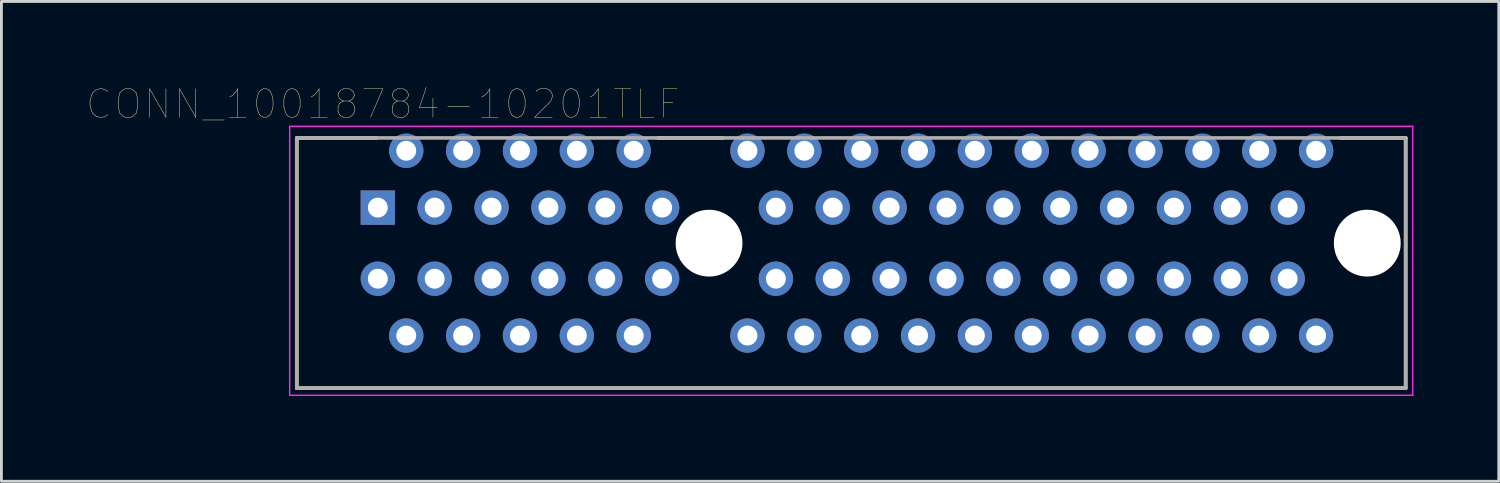
<source format=kicad_pcb>
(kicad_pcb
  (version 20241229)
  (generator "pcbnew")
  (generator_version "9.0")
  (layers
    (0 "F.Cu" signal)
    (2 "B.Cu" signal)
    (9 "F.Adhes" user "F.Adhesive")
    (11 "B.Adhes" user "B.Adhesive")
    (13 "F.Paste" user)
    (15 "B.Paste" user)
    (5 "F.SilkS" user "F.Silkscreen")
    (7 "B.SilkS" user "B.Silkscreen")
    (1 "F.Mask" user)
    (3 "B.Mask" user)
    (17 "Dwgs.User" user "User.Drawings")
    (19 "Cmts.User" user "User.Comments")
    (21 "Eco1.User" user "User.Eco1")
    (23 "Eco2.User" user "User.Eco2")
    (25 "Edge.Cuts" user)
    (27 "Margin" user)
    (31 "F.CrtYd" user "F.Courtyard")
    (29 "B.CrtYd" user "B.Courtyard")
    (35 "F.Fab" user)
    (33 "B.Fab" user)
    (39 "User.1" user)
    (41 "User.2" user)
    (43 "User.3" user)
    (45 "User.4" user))
  (footprint "CONN_10018784-10201TLF"
    (layer "F.Cu")
    (at 10.238 4.252)
    (property "Reference" "CONN_10018784-10201TLF" (at 0.175 -3.64 0) (layer "F.SilkS") (effects (font (size 1.001 1.001) (thickness 0.015))))
    (attr through_hole)
    (fp_line (start -2.85 -2.45) (end -2.85 6.35) (stroke (width 0.127) (type solid)) (layer "F.SilkS"))
    (fp_line (start -2.85 6.35) (end 36.15 6.35) (stroke (width 0.127) (type solid)) (layer "F.SilkS"))
    (fp_line (start -0.05 -2.45) (end -2.85 -2.45) (stroke (width 0.127) (type solid)) (layer "F.SilkS"))
    (fp_line (start 12.15 -2.45) (end 9.85 -2.45) (stroke (width 0.127) (type solid)) (layer "F.SilkS"))
    (fp_line (start 36.15 -2.45) (end 33.85 -2.45) (stroke (width 0.127) (type solid)) (layer "F.SilkS"))
    (fp_line (start 36.15 6.35) (end 36.15 -2.45) (stroke (width 0.127) (type solid)) (layer "F.SilkS"))
    (fp_line (start -3.1 -2.86) (end 36.4 -2.86) (stroke (width 0.05) (type solid)) (layer "F.CrtYd"))
    (fp_line (start -3.1 6.6) (end -3.1 -2.86) (stroke (width 0.05) (type solid)) (layer "F.CrtYd"))
    (fp_line (start 36.4 -2.86) (end 36.4 6.6) (stroke (width 0.05) (type solid)) (layer "F.CrtYd"))
    (fp_line (start 36.4 6.6) (end -3.1 6.6) (stroke (width 0.05) (type solid)) (layer "F.CrtYd"))
    (fp_line (start -2.85 -2.45) (end -2.85 6.35) (stroke (width 0.127) (type solid)) (layer "F.Fab"))
    (fp_line (start -2.85 6.35) (end 36.15 6.35) (stroke (width 0.127) (type solid)) (layer "F.Fab"))
    (fp_line (start 36.15 -2.45) (end -2.85 -2.45) (stroke (width 0.127) (type solid)) (layer "F.Fab"))
    (fp_line (start 36.15 6.35) (end 36.15 -2.45) (stroke (width 0.127) (type solid)) (layer "F.Fab"))
    (pad "" np_thru_hole circle (at 11.65 1.25) (size 2.35 2.35) (drill 2.35) (layers "*.Cu" "*.Mask"))
    (pad "" np_thru_hole circle (at 34.8 1.25) (size 2.35 2.35) (drill 2.35) (layers "*.Cu" "*.Mask"))
    (pad "A1" thru_hole rect (at 0 0) (size 1.208 1.208) (drill 0.7) (layers "*.Cu" "*.Mask"))
    (pad "A2" thru_hole circle (at 1 -2) (size 1.208 1.208) (drill 0.7) (layers "*.Cu" "*.Mask"))
    (pad "A3" thru_hole circle (at 2 0) (size 1.208 1.208) (drill 0.7) (layers "*.Cu" "*.Mask"))
    (pad "A4" thru_hole circle (at 3 -2) (size 1.208 1.208) (drill 0.7) (layers "*.Cu" "*.Mask"))
    (pad "A5" thru_hole circle (at 4 0) (size 1.208 1.208) (drill 0.7) (layers "*.Cu" "*.Mask"))
    (pad "A6" thru_hole circle (at 5 -2) (size 1.208 1.208) (drill 0.7) (layers "*.Cu" "*.Mask"))
    (pad "A7" thru_hole circle (at 6 0) (size 1.208 1.208) (drill 0.7) (layers "*.Cu" "*.Mask"))
    (pad "A8" thru_hole circle (at 7 -2) (size 1.208 1.208) (drill 0.7) (layers "*.Cu" "*.Mask"))
    (pad "A9" thru_hole circle (at 8 0) (size 1.208 1.208) (drill 0.7) (layers "*.Cu" "*.Mask"))
    (pad "A10" thru_hole circle (at 9 -2) (size 1.208 1.208) (drill 0.7) (layers "*.Cu" "*.Mask"))
    (pad "A11" thru_hole circle (at 10 0) (size 1.208 1.208) (drill 0.7) (layers "*.Cu" "*.Mask"))
    (pad "A12" thru_hole circle (at 13 -2) (size 1.208 1.208) (drill 0.7) (layers "*.Cu" "*.Mask"))
    (pad "A13" thru_hole circle (at 14 0) (size 1.208 1.208) (drill 0.7) (layers "*.Cu" "*.Mask"))
    (pad "A14" thru_hole circle (at 15 -2) (size 1.208 1.208) (drill 0.7) (layers "*.Cu" "*.Mask"))
    (pad "A15" thru_hole circle (at 16 0) (size 1.208 1.208) (drill 0.7) (layers "*.Cu" "*.Mask"))
    (pad "A16" thru_hole circle (at 17 -2) (size 1.208 1.208) (drill 0.7) (layers "*.Cu" "*.Mask"))
    (pad "A17" thru_hole circle (at 18 0) (size 1.208 1.208) (drill 0.7) (layers "*.Cu" "*.Mask"))
    (pad "A18" thru_hole circle (at 19 -2) (size 1.208 1.208) (drill 0.7) (layers "*.Cu" "*.Mask"))
    (pad "A19" thru_hole circle (at 20 0) (size 1.208 1.208) (drill 0.7) (layers "*.Cu" "*.Mask"))
    (pad "A20" thru_hole circle (at 21 -2) (size 1.208 1.208) (drill 0.7) (layers "*.Cu" "*.Mask"))
    (pad "A21" thru_hole circle (at 22 0) (size 1.208 1.208) (drill 0.7) (layers "*.Cu" "*.Mask"))
    (pad "A22" thru_hole circle (at 23 -2) (size 1.208 1.208) (drill 0.7) (layers "*.Cu" "*.Mask"))
    (pad "A23" thru_hole circle (at 24 0) (size 1.208 1.208) (drill 0.7) (layers "*.Cu" "*.Mask"))
    (pad "A24" thru_hole circle (at 25 -2) (size 1.208 1.208) (drill 0.7) (layers "*.Cu" "*.Mask"))
    (pad "A25" thru_hole circle (at 26 0) (size 1.208 1.208) (drill 0.7) (layers "*.Cu" "*.Mask"))
    (pad "A26" thru_hole circle (at 27 -2) (size 1.208 1.208) (drill 0.7) (layers "*.Cu" "*.Mask"))
    (pad "A27" thru_hole circle (at 28 0) (size 1.208 1.208) (drill 0.7) (layers "*.Cu" "*.Mask"))
    (pad "A28" thru_hole circle (at 29 -2) (size 1.208 1.208) (drill 0.7) (layers "*.Cu" "*.Mask"))
    (pad "A29" thru_hole circle (at 30 0) (size 1.208 1.208) (drill 0.7) (layers "*.Cu" "*.Mask"))
    (pad "A30" thru_hole circle (at 31 -2) (size 1.208 1.208) (drill 0.7) (layers "*.Cu" "*.Mask"))
    (pad "A31" thru_hole circle (at 32 0) (size 1.208 1.208) (drill 0.7) (layers "*.Cu" "*.Mask"))
    (pad "A32" thru_hole circle (at 33 -2) (size 1.208 1.208) (drill 0.7) (layers "*.Cu" "*.Mask"))
    (pad "B1" thru_hole circle (at 0 2.5) (size 1.208 1.208) (drill 0.7) (layers "*.Cu" "*.Mask"))
    (pad "B2" thru_hole circle (at 1 4.5) (size 1.208 1.208) (drill 0.7) (layers "*.Cu" "*.Mask"))
    (pad "B3" thru_hole circle (at 2 2.5) (size 1.208 1.208) (drill 0.7) (layers "*.Cu" "*.Mask"))
    (pad "B4" thru_hole circle (at 3 4.5) (size 1.208 1.208) (drill 0.7) (layers "*.Cu" "*.Mask"))
    (pad "B5" thru_hole circle (at 4 2.5) (size 1.208 1.208) (drill 0.7) (layers "*.Cu" "*.Mask"))
    (pad "B6" thru_hole circle (at 5 4.5) (size 1.208 1.208) (drill 0.7) (layers "*.Cu" "*.Mask"))
    (pad "B7" thru_hole circle (at 6 2.5) (size 1.208 1.208) (drill 0.7) (layers "*.Cu" "*.Mask"))
    (pad "B8" thru_hole circle (at 7 4.5) (size 1.208 1.208) (drill 0.7) (layers "*.Cu" "*.Mask"))
    (pad "B9" thru_hole circle (at 8 2.5) (size 1.208 1.208) (drill 0.7) (layers "*.Cu" "*.Mask"))
    (pad "B10" thru_hole circle (at 9 4.5) (size 1.208 1.208) (drill 0.7) (layers "*.Cu" "*.Mask"))
    (pad "B11" thru_hole circle (at 10 2.5) (size 1.208 1.208) (drill 0.7) (layers "*.Cu" "*.Mask"))
    (pad "B12" thru_hole circle (at 13 4.5) (size 1.208 1.208) (drill 0.7) (layers "*.Cu" "*.Mask"))
    (pad "B13" thru_hole circle (at 14 2.5) (size 1.208 1.208) (drill 0.7) (layers "*.Cu" "*.Mask"))
    (pad "B14" thru_hole circle (at 15 4.5) (size 1.208 1.208) (drill 0.7) (layers "*.Cu" "*.Mask"))
    (pad "B15" thru_hole circle (at 16 2.5) (size 1.208 1.208) (drill 0.7) (layers "*.Cu" "*.Mask"))
    (pad "B16" thru_hole circle (at 17 4.5) (size 1.208 1.208) (drill 0.7) (layers "*.Cu" "*.Mask"))
    (pad "B17" thru_hole circle (at 18 2.5) (size 1.208 1.208) (drill 0.7) (layers "*.Cu" "*.Mask"))
    (pad "B18" thru_hole circle (at 19 4.5) (size 1.208 1.208) (drill 0.7) (layers "*.Cu" "*.Mask"))
    (pad "B19" thru_hole circle (at 20 2.5) (size 1.208 1.208) (drill 0.7) (layers "*.Cu" "*.Mask"))
    (pad "B20" thru_hole circle (at 21 4.5) (size 1.208 1.208) (drill 0.7) (layers "*.Cu" "*.Mask"))
    (pad "B21" thru_hole circle (at 22 2.5) (size 1.208 1.208) (drill 0.7) (layers "*.Cu" "*.Mask"))
    (pad "B22" thru_hole circle (at 23 4.5) (size 1.208 1.208) (drill 0.7) (layers "*.Cu" "*.Mask"))
    (pad "B23" thru_hole circle (at 24 2.5) (size 1.208 1.208) (drill 0.7) (layers "*.Cu" "*.Mask"))
    (pad "B24" thru_hole circle (at 25 4.5) (size 1.208 1.208) (drill 0.7) (layers "*.Cu" "*.Mask"))
    (pad "B25" thru_hole circle (at 26 2.5) (size 1.208 1.208) (drill 0.7) (layers "*.Cu" "*.Mask"))
    (pad "B26" thru_hole circle (at 27 4.5) (size 1.208 1.208) (drill 0.7) (layers "*.Cu" "*.Mask"))
    (pad "B27" thru_hole circle (at 28 2.5) (size 1.208 1.208) (drill 0.7) (layers "*.Cu" "*.Mask"))
    (pad "B28" thru_hole circle (at 29 4.5) (size 1.208 1.208) (drill 0.7) (layers "*.Cu" "*.Mask"))
    (pad "B29" thru_hole circle (at 30 2.5) (size 1.208 1.208) (drill 0.7) (layers "*.Cu" "*.Mask"))
    (pad "B30" thru_hole circle (at 31 4.5) (size 1.208 1.208) (drill 0.7) (layers "*.Cu" "*.Mask"))
    (pad "B31" thru_hole circle (at 32 2.5) (size 1.208 1.208) (drill 0.7) (layers "*.Cu" "*.Mask"))
    (pad "B32" thru_hole circle (at 33 4.5) (size 1.208 1.208) (drill 0.7) (layers "*.Cu" "*.Mask")))
  (gr_rect
    (start -3 -3)
    (end 49.663 13.877)
    (stroke (width 0.1) (type default))
    (fill no)
    (layer "Edge.Cuts")))
</source>
